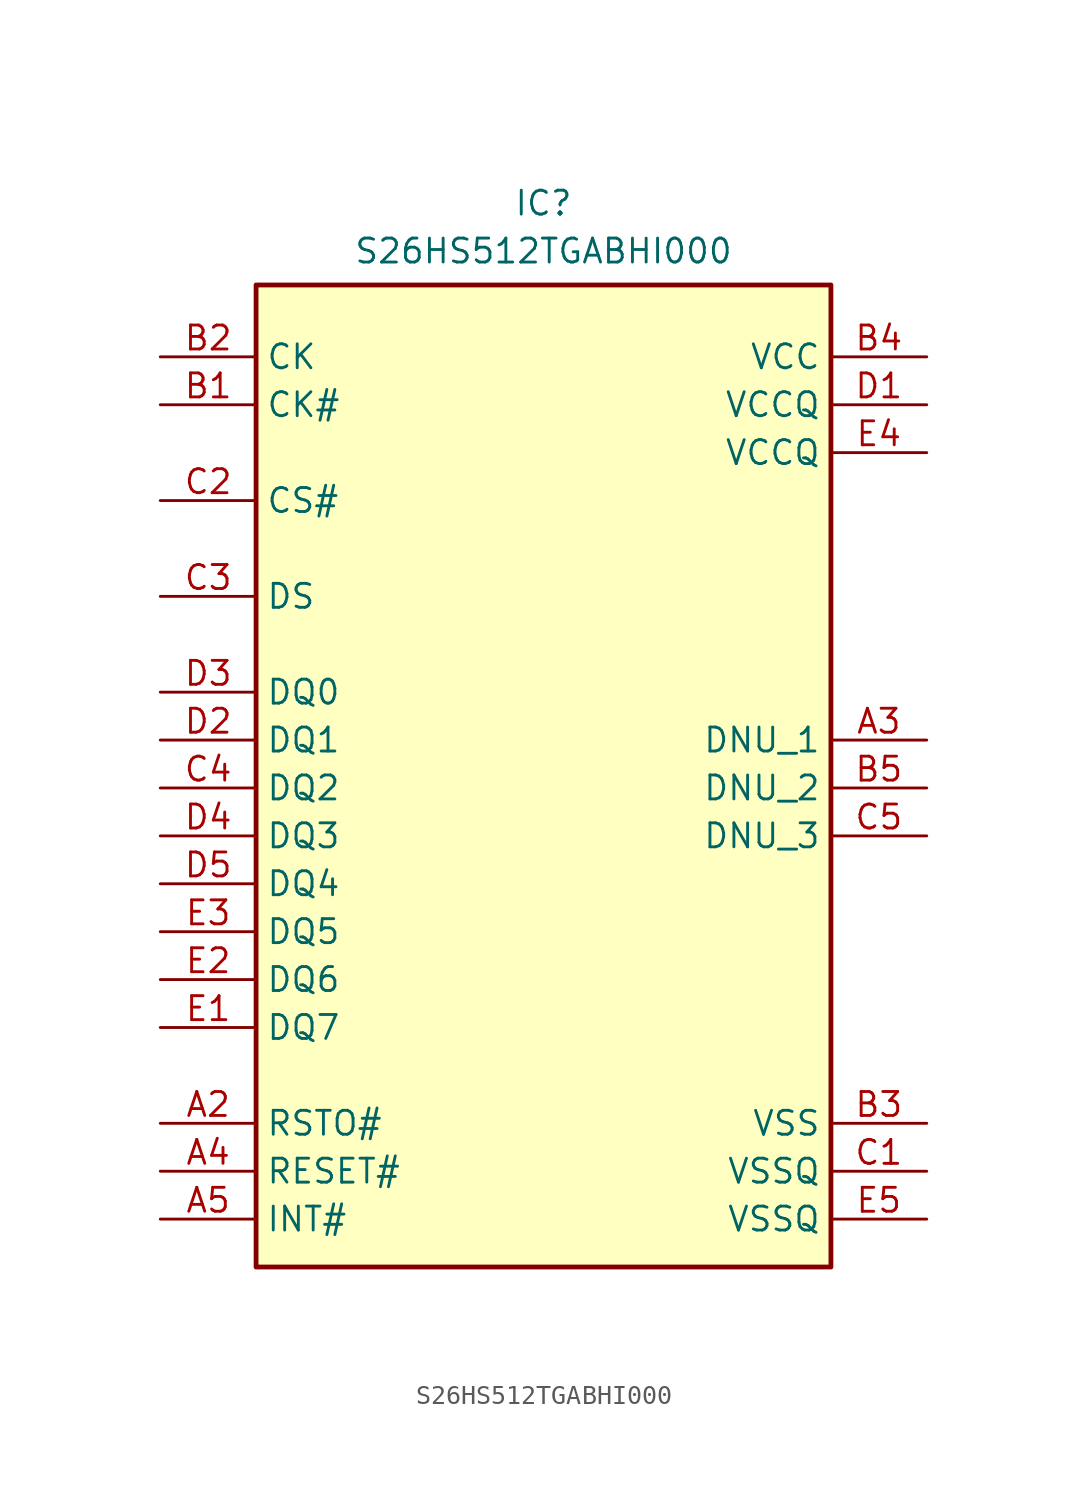
<source format=kicad_sym>
(kicad_symbol_lib
  (version 20220914)
  (generator kicad_symbol_editor)
  (symbol "S26HS512TGABHI000"
    (property "Reference" "IC"
      (at 0 31.75 0)
      (effects (font (size 1.27 1.27)) (justify top)))
    (property "Value" "S26HS512TGABHI000"
      (at 0 29.21 0)
      (effects (font (size 1.27 1.27)) (justify top)))
    (symbol "S26HS512TGABHI000_1_1"
      (rectangle (start -15.24 26.67) (end 15.24 -25.4) (stroke (width 0.254) (type default)) (fill (type background)))
      (pin passive line (at -20.32 -17.78 0) (length 5.08) (name "RSTO#" (effects (font (size 1.27 1.27)))) (number "A2" (effects (font (size 1.27 1.27)))))
      (pin passive line (at 20.32 2.54 180) (length 5.08) (name "DNU_1" (effects (font (size 1.27 1.27)))) (number "A3" (effects (font (size 1.27 1.27)))))
      (pin passive line (at -20.32 -20.32 0) (length 5.08) (name "RESET#" (effects (font (size 1.27 1.27)))) (number "A4" (effects (font (size 1.27 1.27)))))
      (pin passive line (at -20.32 -22.86 0) (length 5.08) (name "INT#" (effects (font (size 1.27 1.27)))) (number "A5" (effects (font (size 1.27 1.27)))))
      (pin passive line (at -20.32 20.32 0) (length 5.08) (name "CK#" (effects (font (size 1.27 1.27)))) (number "B1" (effects (font (size 1.27 1.27)))))
      (pin passive line (at -20.32 22.86 0) (length 5.08) (name "CK" (effects (font (size 1.27 1.27)))) (number "B2" (effects (font (size 1.27 1.27)))))
      (pin passive line (at 20.32 -17.78 180) (length 5.08) (name "VSS" (effects (font (size 1.27 1.27)))) (number "B3" (effects (font (size 1.27 1.27)))))
      (pin passive line (at 20.32 22.86 180) (length 5.08) (name "VCC" (effects (font (size 1.27 1.27)))) (number "B4" (effects (font (size 1.27 1.27)))))
      (pin passive line (at 20.32 0 180) (length 5.08) (name "DNU_2" (effects (font (size 1.27 1.27)))) (number "B5" (effects (font (size 1.27 1.27)))))
      (pin passive line (at 20.32 -20.32 180) (length 5.08) (name "VSSQ" (effects (font (size 1.27 1.27)))) (number "C1" (effects (font (size 1.27 1.27)))))
      (pin passive line (at -20.32 15.24 0) (length 5.08) (name "CS#" (effects (font (size 1.27 1.27)))) (number "C2" (effects (font (size 1.27 1.27)))))
      (pin passive line (at -20.32 10.16 0) (length 5.08) (name "DS" (effects (font (size 1.27 1.27)))) (number "C3" (effects (font (size 1.27 1.27)))))
      (pin passive line (at -20.32 0 0) (length 5.08) (name "DQ2" (effects (font (size 1.27 1.27)))) (number "C4" (effects (font (size 1.27 1.27)))))
      (pin passive line (at 20.32 -2.54 180) (length 5.08) (name "DNU_3" (effects (font (size 1.27 1.27)))) (number "C5" (effects (font (size 1.27 1.27)))))
      (pin passive line (at 20.32 20.32 180) (length 5.08) (name "VCCQ" (effects (font (size 1.27 1.27)))) (number "D1" (effects (font (size 1.27 1.27)))))
      (pin passive line (at -20.32 2.54 0) (length 5.08) (name "DQ1" (effects (font (size 1.27 1.27)))) (number "D2" (effects (font (size 1.27 1.27)))))
      (pin passive line (at -20.32 5.08 0) (length 5.08) (name "DQ0" (effects (font (size 1.27 1.27)))) (number "D3" (effects (font (size 1.27 1.27)))))
      (pin passive line (at -20.32 -2.54 0) (length 5.08) (name "DQ3" (effects (font (size 1.27 1.27)))) (number "D4" (effects (font (size 1.27 1.27)))))
      (pin passive line (at -20.32 -5.08 0) (length 5.08) (name "DQ4" (effects (font (size 1.27 1.27)))) (number "D5" (effects (font (size 1.27 1.27)))))
      (pin passive line (at -20.32 -12.7 0) (length 5.08) (name "DQ7" (effects (font (size 1.27 1.27)))) (number "E1" (effects (font (size 1.27 1.27)))))
      (pin passive line (at -20.32 -10.16 0) (length 5.08) (name "DQ6" (effects (font (size 1.27 1.27)))) (number "E2" (effects (font (size 1.27 1.27)))))
      (pin passive line (at -20.32 -7.62 0) (length 5.08) (name "DQ5" (effects (font (size 1.27 1.27)))) (number "E3" (effects (font (size 1.27 1.27)))))
      (pin passive line (at 20.32 17.78 180) (length 5.08) (name "VCCQ" (effects (font (size 1.27 1.27)))) (number "E4" (effects (font (size 1.27 1.27)))))
      (pin passive line (at 20.32 -22.86 180) (length 5.08) (name "VSSQ" (effects (font (size 1.27 1.27)))) (number "E5" (effects (font (size 1.27 1.27))))))))
</source>
